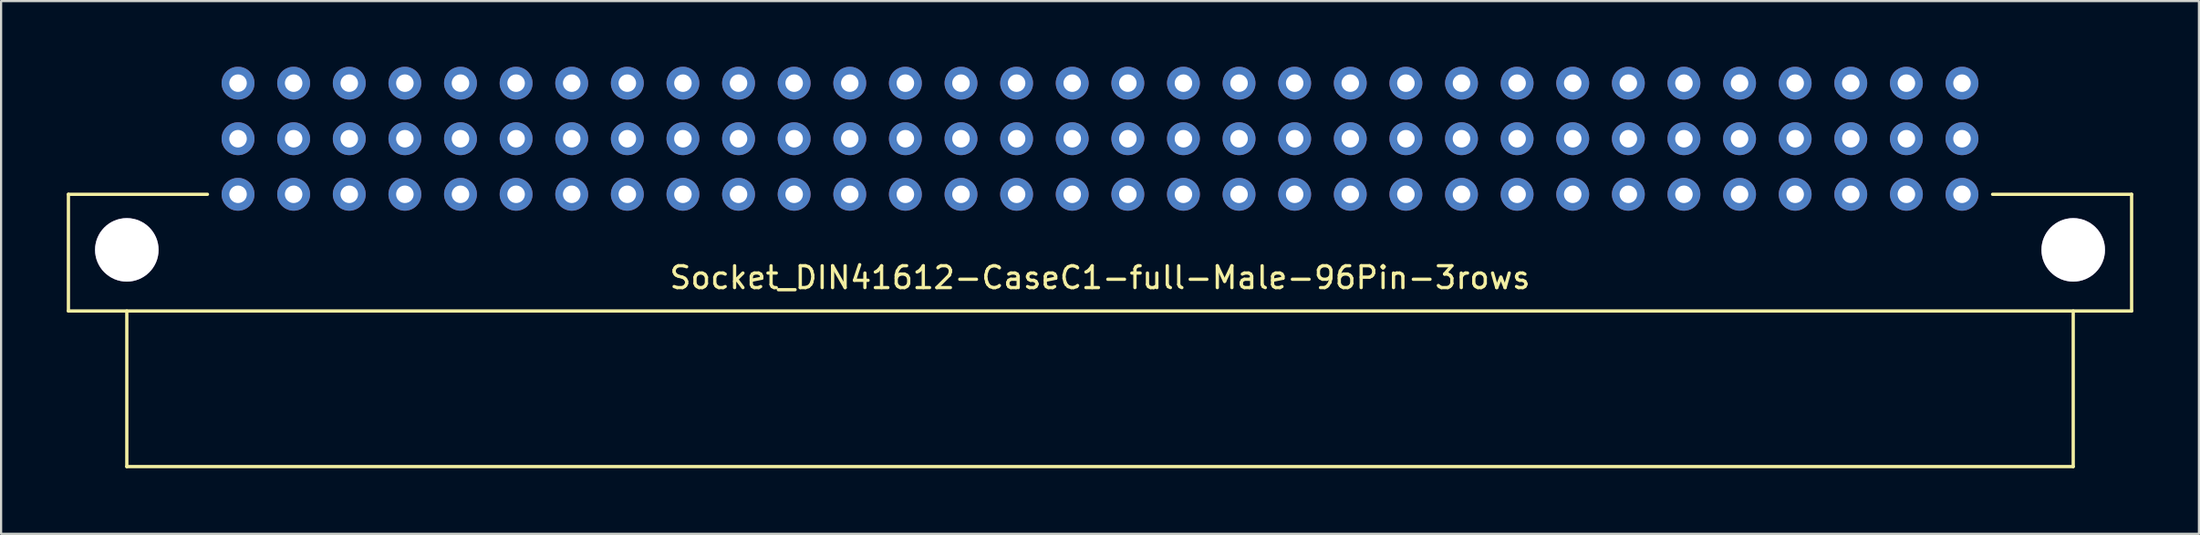
<source format=kicad_pcb>
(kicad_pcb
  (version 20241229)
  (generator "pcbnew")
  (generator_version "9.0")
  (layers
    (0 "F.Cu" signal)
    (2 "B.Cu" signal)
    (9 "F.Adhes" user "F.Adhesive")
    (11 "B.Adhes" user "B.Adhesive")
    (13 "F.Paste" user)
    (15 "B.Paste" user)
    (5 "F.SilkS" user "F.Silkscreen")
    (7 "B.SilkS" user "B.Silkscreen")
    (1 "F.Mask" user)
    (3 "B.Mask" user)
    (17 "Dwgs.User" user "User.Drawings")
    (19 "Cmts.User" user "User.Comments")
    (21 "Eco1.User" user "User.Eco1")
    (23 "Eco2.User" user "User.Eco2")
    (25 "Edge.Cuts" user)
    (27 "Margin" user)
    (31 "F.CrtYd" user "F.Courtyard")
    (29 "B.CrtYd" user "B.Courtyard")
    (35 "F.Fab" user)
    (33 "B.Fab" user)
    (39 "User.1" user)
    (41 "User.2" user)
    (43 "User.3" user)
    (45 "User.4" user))
  (footprint "Socket_DIN41612-CaseC1-full-Male-96Pin-3rows"
    (layer "F.Cu")
    (at 47.192 3.291)
    (property "Reference" "Socket_DIN41612-CaseC1-full-Male-96Pin-3rows" (at 0 6.35 0) (layer "F.SilkS") (effects (font (size 1 1) (thickness 0.15))))
    (attr through_hole)
    (fp_line (start -47.117 2.54) (end -40.767 2.54) (stroke (width 0.15) (type solid)) (layer "F.SilkS"))
    (fp_line (start -47.117 7.874) (end -47.117 2.54) (stroke (width 0.15) (type solid)) (layer "F.SilkS"))
    (fp_line (start -44.45 14.986) (end -44.45 7.874) (stroke (width 0.15) (type solid)) (layer "F.SilkS"))
    (fp_line (start 44.45 7.874) (end 44.45 14.986) (stroke (width 0.15) (type solid)) (layer "F.SilkS"))
    (fp_line (start 44.45 14.986) (end -44.45 14.986) (stroke (width 0.15) (type solid)) (layer "F.SilkS"))
    (fp_line (start 47.117 2.54) (end 40.767 2.54) (stroke (width 0.15) (type solid)) (layer "F.SilkS"))
    (fp_line (start 47.117 2.54) (end 47.117 7.874) (stroke (width 0.15) (type solid)) (layer "F.SilkS"))
    (fp_line (start 47.117 7.874) (end -47.117 7.874) (stroke (width 0.15) (type solid)) (layer "F.SilkS"))
    (pad "1" thru_hole circle (at -44.45 5.08) (size 2.901 2.901) (drill 2.901) (layers "*.Cu" "*.Mask"))
    (pad "1" thru_hole circle (at 44.45 5.08) (size 2.901 2.901) (drill 2.901) (layers "*.Cu" "*.Mask"))
    (pad "1a" thru_hole circle (at 39.37 -2.54 180) (size 1.501 1.501) (drill 0.8) (layers "*.Cu" "*.Mask"))
    (pad "1b" thru_hole circle (at 39.37 0 180) (size 1.501 1.501) (drill 0.8) (layers "*.Cu" "*.Mask"))
    (pad "1c" thru_hole circle (at 39.37 2.54 180) (size 1.501 1.501) (drill 0.8) (layers "*.Cu" "*.Mask"))
    (pad "2a" thru_hole circle (at 36.83 -2.54 180) (size 1.501 1.501) (drill 0.8) (layers "*.Cu" "*.Mask"))
    (pad "2b" thru_hole circle (at 36.83 0 180) (size 1.501 1.501) (drill 0.8) (layers "*.Cu" "*.Mask"))
    (pad "2c" thru_hole circle (at 36.83 2.54 180) (size 1.501 1.501) (drill 0.8) (layers "*.Cu" "*.Mask"))
    (pad "3a" thru_hole circle (at 34.29 -2.54 180) (size 1.501 1.501) (drill 0.8) (layers "*.Cu" "*.Mask"))
    (pad "3b" thru_hole circle (at 34.29 0 180) (size 1.501 1.501) (drill 0.8) (layers "*.Cu" "*.Mask"))
    (pad "3c" thru_hole circle (at 34.29 2.54 180) (size 1.501 1.501) (drill 0.8) (layers "*.Cu" "*.Mask"))
    (pad "4a" thru_hole circle (at 31.75 -2.54 180) (size 1.501 1.501) (drill 0.8) (layers "*.Cu" "*.Mask"))
    (pad "4b" thru_hole circle (at 31.75 0 180) (size 1.501 1.501) (drill 0.8) (layers "*.Cu" "*.Mask"))
    (pad "4c" thru_hole circle (at 31.75 2.54 180) (size 1.501 1.501) (drill 0.8) (layers "*.Cu" "*.Mask"))
    (pad "5a" thru_hole circle (at 29.21 -2.54 180) (size 1.501 1.501) (drill 0.8) (layers "*.Cu" "*.Mask"))
    (pad "5b" thru_hole circle (at 29.21 0 180) (size 1.501 1.501) (drill 0.8) (layers "*.Cu" "*.Mask"))
    (pad "5c" thru_hole circle (at 29.21 2.54 180) (size 1.501 1.501) (drill 0.8) (layers "*.Cu" "*.Mask"))
    (pad "6a" thru_hole circle (at 26.67 -2.54 180) (size 1.501 1.501) (drill 0.8) (layers "*.Cu" "*.Mask"))
    (pad "6b" thru_hole circle (at 26.67 0 180) (size 1.501 1.501) (drill 0.8) (layers "*.Cu" "*.Mask"))
    (pad "6c" thru_hole circle (at 26.67 2.54 180) (size 1.501 1.501) (drill 0.8) (layers "*.Cu" "*.Mask"))
    (pad "7a" thru_hole circle (at 24.13 -2.54 180) (size 1.501 1.501) (drill 0.8) (layers "*.Cu" "*.Mask"))
    (pad "7b" thru_hole circle (at 24.13 0 180) (size 1.501 1.501) (drill 0.8) (layers "*.Cu" "*.Mask"))
    (pad "7c" thru_hole circle (at 24.13 2.54 180) (size 1.501 1.501) (drill 0.8) (layers "*.Cu" "*.Mask"))
    (pad "8a" thru_hole circle (at 21.59 -2.54 180) (size 1.501 1.501) (drill 0.8) (layers "*.Cu" "*.Mask"))
    (pad "8b" thru_hole circle (at 21.59 0 180) (size 1.501 1.501) (drill 0.8) (layers "*.Cu" "*.Mask"))
    (pad "8c" thru_hole circle (at 21.59 2.54 180) (size 1.501 1.501) (drill 0.8) (layers "*.Cu" "*.Mask"))
    (pad "9a" thru_hole circle (at 19.05 -2.54 180) (size 1.501 1.501) (drill 0.8) (layers "*.Cu" "*.Mask"))
    (pad "9b" thru_hole circle (at 19.05 0 180) (size 1.501 1.501) (drill 0.8) (layers "*.Cu" "*.Mask"))
    (pad "9c" thru_hole circle (at 19.05 2.54 180) (size 1.501 1.501) (drill 0.8) (layers "*.Cu" "*.Mask"))
    (pad "10a" thru_hole circle (at 16.51 -2.54 180) (size 1.501 1.501) (drill 0.8) (layers "*.Cu" "*.Mask"))
    (pad "10b" thru_hole circle (at 16.51 0 180) (size 1.501 1.501) (drill 0.8) (layers "*.Cu" "*.Mask"))
    (pad "10c" thru_hole circle (at 16.51 2.54 180) (size 1.501 1.501) (drill 0.8) (layers "*.Cu" "*.Mask"))
    (pad "11a" thru_hole circle (at 13.97 -2.54 180) (size 1.501 1.501) (drill 0.8) (layers "*.Cu" "*.Mask"))
    (pad "11b" thru_hole circle (at 13.97 0 180) (size 1.501 1.501) (drill 0.8) (layers "*.Cu" "*.Mask"))
    (pad "11c" thru_hole circle (at 13.97 2.54 180) (size 1.501 1.501) (drill 0.8) (layers "*.Cu" "*.Mask"))
    (pad "12a" thru_hole circle (at 11.43 -2.54 180) (size 1.501 1.501) (drill 0.8) (layers "*.Cu" "*.Mask"))
    (pad "12b" thru_hole circle (at 11.43 0 180) (size 1.501 1.501) (drill 0.8) (layers "*.Cu" "*.Mask"))
    (pad "12c" thru_hole circle (at 11.43 2.54 180) (size 1.501 1.501) (drill 0.8) (layers "*.Cu" "*.Mask"))
    (pad "13a" thru_hole circle (at 8.89 -2.54 180) (size 1.501 1.501) (drill 0.8) (layers "*.Cu" "*.Mask"))
    (pad "13b" thru_hole circle (at 8.89 0 180) (size 1.501 1.501) (drill 0.8) (layers "*.Cu" "*.Mask"))
    (pad "13c" thru_hole circle (at 8.89 2.54 180) (size 1.501 1.501) (drill 0.8) (layers "*.Cu" "*.Mask"))
    (pad "14a" thru_hole circle (at 6.35 -2.54 180) (size 1.501 1.501) (drill 0.8) (layers "*.Cu" "*.Mask"))
    (pad "14b" thru_hole circle (at 6.35 0 180) (size 1.501 1.501) (drill 0.8) (layers "*.Cu" "*.Mask"))
    (pad "14c" thru_hole circle (at 6.35 2.54 180) (size 1.501 1.501) (drill 0.8) (layers "*.Cu" "*.Mask"))
    (pad "15a" thru_hole circle (at 3.81 -2.54 180) (size 1.501 1.501) (drill 0.8) (layers "*.Cu" "*.Mask"))
    (pad "15b" thru_hole circle (at 3.81 0 180) (size 1.501 1.501) (drill 0.8) (layers "*.Cu" "*.Mask"))
    (pad "15c" thru_hole circle (at 3.81 2.54 180) (size 1.501 1.501) (drill 0.8) (layers "*.Cu" "*.Mask"))
    (pad "16a" thru_hole circle (at 1.27 -2.54 180) (size 1.501 1.501) (drill 0.8) (layers "*.Cu" "*.Mask"))
    (pad "16b" thru_hole circle (at 1.27 0 180) (size 1.501 1.501) (drill 0.8) (layers "*.Cu" "*.Mask"))
    (pad "16c" thru_hole circle (at 1.27 2.54 180) (size 1.501 1.501) (drill 0.8) (layers "*.Cu" "*.Mask"))
    (pad "17a" thru_hole circle (at -1.27 -2.54 180) (size 1.501 1.501) (drill 0.8) (layers "*.Cu" "*.Mask"))
    (pad "17b" thru_hole circle (at -1.27 0 180) (size 1.501 1.501) (drill 0.8) (layers "*.Cu" "*.Mask"))
    (pad "17c" thru_hole circle (at -1.27 2.54 180) (size 1.501 1.501) (drill 0.8) (layers "*.Cu" "*.Mask"))
    (pad "18a" thru_hole circle (at -3.81 -2.54 180) (size 1.501 1.501) (drill 0.8) (layers "*.Cu" "*.Mask"))
    (pad "18b" thru_hole circle (at -3.81 0 180) (size 1.501 1.501) (drill 0.8) (layers "*.Cu" "*.Mask"))
    (pad "18c" thru_hole circle (at -3.81 2.54 180) (size 1.501 1.501) (drill 0.8) (layers "*.Cu" "*.Mask"))
    (pad "19a" thru_hole circle (at -6.35 -2.54 180) (size 1.501 1.501) (drill 0.8) (layers "*.Cu" "*.Mask"))
    (pad "19b" thru_hole circle (at -6.35 0 180) (size 1.501 1.501) (drill 0.8) (layers "*.Cu" "*.Mask"))
    (pad "19c" thru_hole circle (at -6.35 2.54 180) (size 1.501 1.501) (drill 0.8) (layers "*.Cu" "*.Mask"))
    (pad "20a" thru_hole circle (at -8.89 -2.54 180) (size 1.501 1.501) (drill 0.8) (layers "*.Cu" "*.Mask"))
    (pad "20b" thru_hole circle (at -8.89 0 180) (size 1.501 1.501) (drill 0.8) (layers "*.Cu" "*.Mask"))
    (pad "20c" thru_hole circle (at -8.89 2.54 180) (size 1.501 1.501) (drill 0.8) (layers "*.Cu" "*.Mask"))
    (pad "21a" thru_hole circle (at -11.43 -2.54 180) (size 1.501 1.501) (drill 0.8) (layers "*.Cu" "*.Mask"))
    (pad "21b" thru_hole circle (at -11.43 0 180) (size 1.501 1.501) (drill 0.8) (layers "*.Cu" "*.Mask"))
    (pad "21c" thru_hole circle (at -11.43 2.54 180) (size 1.501 1.501) (drill 0.8) (layers "*.Cu" "*.Mask"))
    (pad "22a" thru_hole circle (at -13.97 -2.54 180) (size 1.501 1.501) (drill 0.8) (layers "*.Cu" "*.Mask"))
    (pad "22b" thru_hole circle (at -13.97 0 180) (size 1.501 1.501) (drill 0.8) (layers "*.Cu" "*.Mask"))
    (pad "22c" thru_hole circle (at -13.97 2.54 180) (size 1.501 1.501) (drill 0.8) (layers "*.Cu" "*.Mask"))
    (pad "23a" thru_hole circle (at -16.51 -2.54 180) (size 1.501 1.501) (drill 0.8) (layers "*.Cu" "*.Mask"))
    (pad "23b" thru_hole circle (at -16.51 0 180) (size 1.501 1.501) (drill 0.8) (layers "*.Cu" "*.Mask"))
    (pad "23c" thru_hole circle (at -16.51 2.54 180) (size 1.501 1.501) (drill 0.8) (layers "*.Cu" "*.Mask"))
    (pad "24a" thru_hole circle (at -19.05 -2.54 180) (size 1.501 1.501) (drill 0.8) (layers "*.Cu" "*.Mask"))
    (pad "24b" thru_hole circle (at -19.05 0 180) (size 1.501 1.501) (drill 0.8) (layers "*.Cu" "*.Mask"))
    (pad "24c" thru_hole circle (at -19.05 2.54 180) (size 1.501 1.501) (drill 0.8) (layers "*.Cu" "*.Mask"))
    (pad "25a" thru_hole circle (at -21.59 -2.54 180) (size 1.501 1.501) (drill 0.8) (layers "*.Cu" "*.Mask"))
    (pad "25b" thru_hole circle (at -21.59 0 180) (size 1.501 1.501) (drill 0.8) (layers "*.Cu" "*.Mask"))
    (pad "25c" thru_hole circle (at -21.59 2.54 180) (size 1.501 1.501) (drill 0.8) (layers "*.Cu" "*.Mask"))
    (pad "26a" thru_hole circle (at -24.13 -2.54 180) (size 1.501 1.501) (drill 0.8) (layers "*.Cu" "*.Mask"))
    (pad "26b" thru_hole circle (at -24.13 0 180) (size 1.501 1.501) (drill 0.8) (layers "*.Cu" "*.Mask"))
    (pad "26c" thru_hole circle (at -24.13 2.54 180) (size 1.501 1.501) (drill 0.8) (layers "*.Cu" "*.Mask"))
    (pad "27a" thru_hole circle (at -26.67 -2.54 180) (size 1.501 1.501) (drill 0.8) (layers "*.Cu" "*.Mask"))
    (pad "27b" thru_hole circle (at -26.67 0 180) (size 1.501 1.501) (drill 0.8) (layers "*.Cu" "*.Mask"))
    (pad "27c" thru_hole circle (at -26.67 2.54 180) (size 1.501 1.501) (drill 0.8) (layers "*.Cu" "*.Mask"))
    (pad "28a" thru_hole circle (at -29.21 -2.54 180) (size 1.501 1.501) (drill 0.8) (layers "*.Cu" "*.Mask"))
    (pad "28b" thru_hole circle (at -29.21 0 180) (size 1.501 1.501) (drill 0.8) (layers "*.Cu" "*.Mask"))
    (pad "28c" thru_hole circle (at -29.21 2.54 180) (size 1.501 1.501) (drill 0.8) (layers "*.Cu" "*.Mask"))
    (pad "29a" thru_hole circle (at -31.75 -2.54 180) (size 1.501 1.501) (drill 0.8) (layers "*.Cu" "*.Mask"))
    (pad "29b" thru_hole circle (at -31.75 0 180) (size 1.501 1.501) (drill 0.8) (layers "*.Cu" "*.Mask"))
    (pad "29c" thru_hole circle (at -31.75 2.54 180) (size 1.501 1.501) (drill 0.8) (layers "*.Cu" "*.Mask"))
    (pad "30a" thru_hole circle (at -34.29 -2.54 180) (size 1.501 1.501) (drill 0.8) (layers "*.Cu" "*.Mask"))
    (pad "30b" thru_hole circle (at -34.29 0 180) (size 1.501 1.501) (drill 0.8) (layers "*.Cu" "*.Mask"))
    (pad "30c" thru_hole circle (at -34.29 2.54 180) (size 1.501 1.501) (drill 0.8) (layers "*.Cu" "*.Mask"))
    (pad "31a" thru_hole circle (at -36.83 -2.54 180) (size 1.501 1.501) (drill 0.8) (layers "*.Cu" "*.Mask"))
    (pad "31b" thru_hole circle (at -36.83 0 180) (size 1.501 1.501) (drill 0.8) (layers "*.Cu" "*.Mask"))
    (pad "31c" thru_hole circle (at -36.83 2.54 180) (size 1.501 1.501) (drill 0.8) (layers "*.Cu" "*.Mask"))
    (pad "32a" thru_hole circle (at -39.37 -2.54 180) (size 1.501 1.501) (drill 0.8) (layers "*.Cu" "*.Mask"))
    (pad "32b" thru_hole circle (at -39.37 0 180) (size 1.501 1.501) (drill 0.8) (layers "*.Cu" "*.Mask"))
    (pad "32c" thru_hole circle (at -39.37 2.54 180) (size 1.501 1.501) (drill 0.8) (layers "*.Cu" "*.Mask")))
  (gr_rect
    (start -3 -3)
    (end 97.384 21.352)
    (stroke (width 0.1) (type default))
    (fill no)
    (layer "Edge.Cuts")))
</source>
